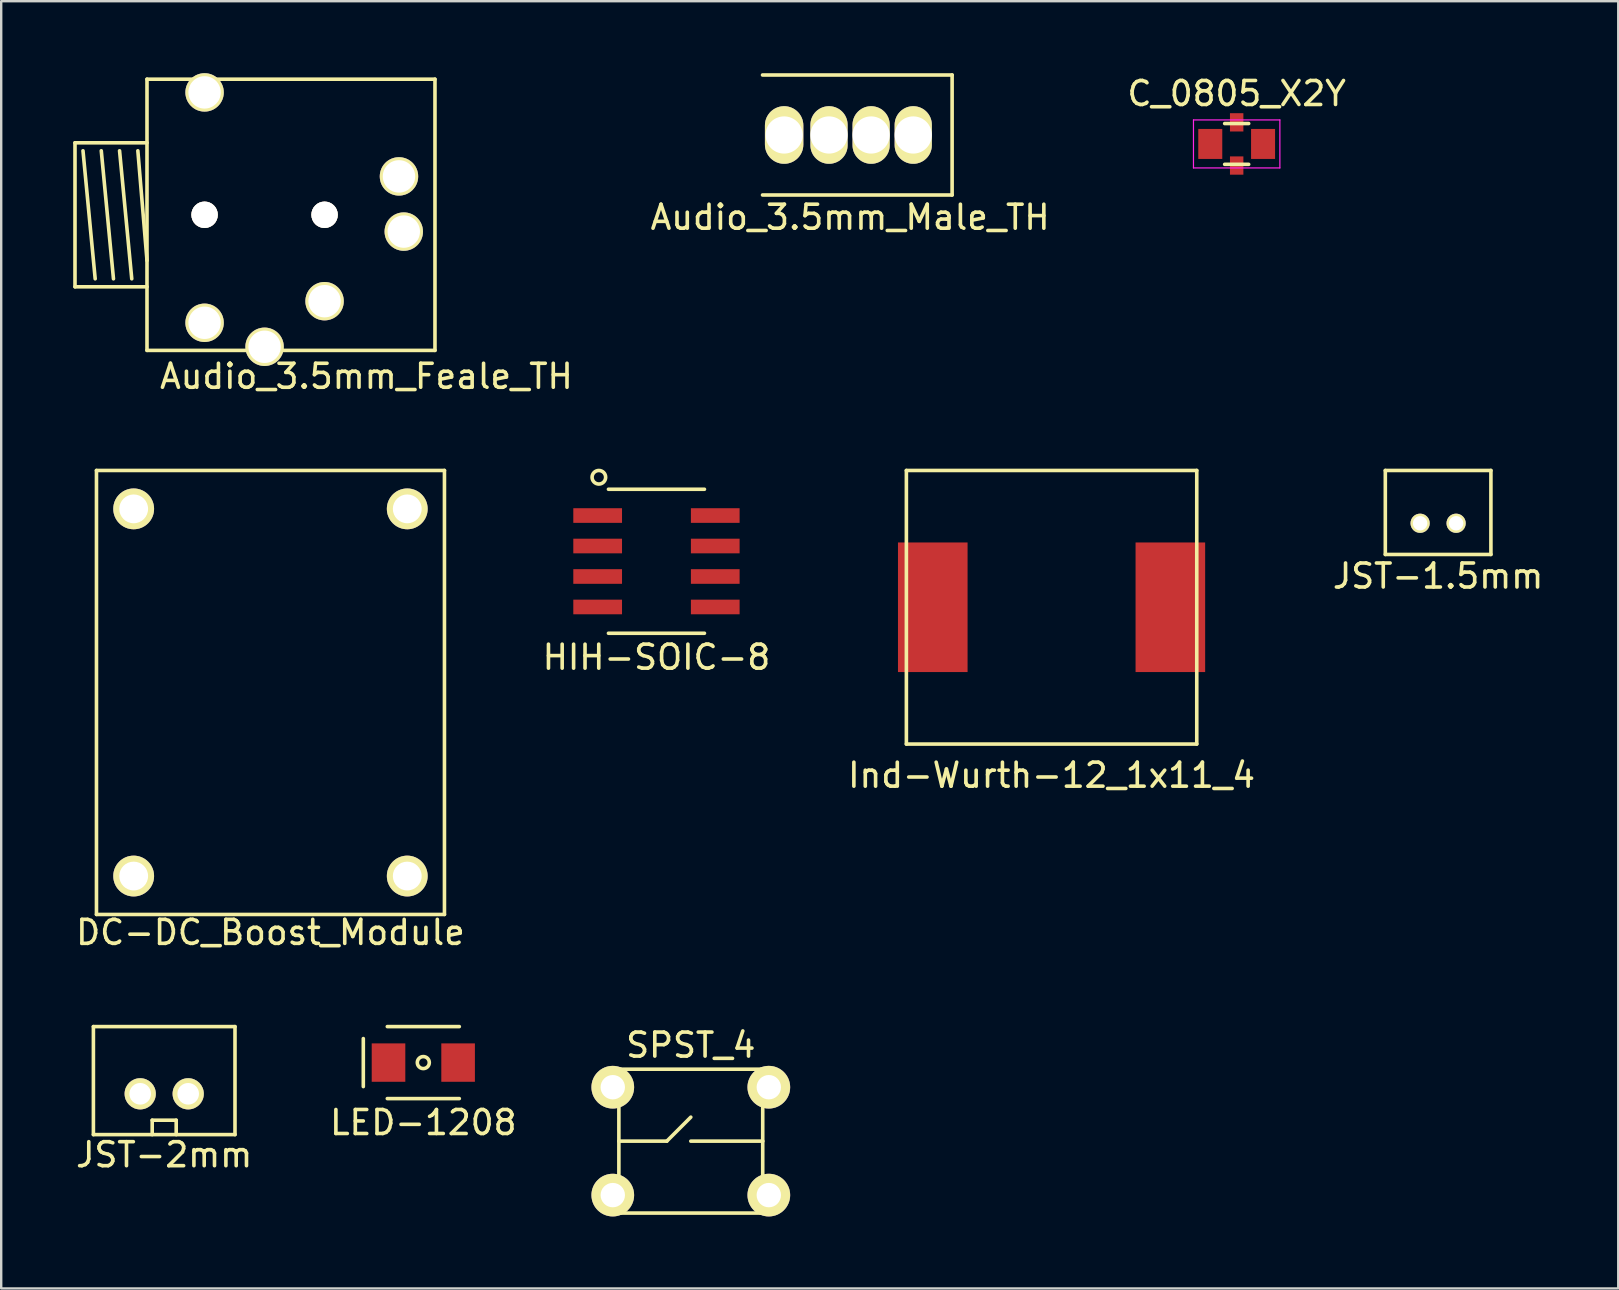
<source format=kicad_pcb>
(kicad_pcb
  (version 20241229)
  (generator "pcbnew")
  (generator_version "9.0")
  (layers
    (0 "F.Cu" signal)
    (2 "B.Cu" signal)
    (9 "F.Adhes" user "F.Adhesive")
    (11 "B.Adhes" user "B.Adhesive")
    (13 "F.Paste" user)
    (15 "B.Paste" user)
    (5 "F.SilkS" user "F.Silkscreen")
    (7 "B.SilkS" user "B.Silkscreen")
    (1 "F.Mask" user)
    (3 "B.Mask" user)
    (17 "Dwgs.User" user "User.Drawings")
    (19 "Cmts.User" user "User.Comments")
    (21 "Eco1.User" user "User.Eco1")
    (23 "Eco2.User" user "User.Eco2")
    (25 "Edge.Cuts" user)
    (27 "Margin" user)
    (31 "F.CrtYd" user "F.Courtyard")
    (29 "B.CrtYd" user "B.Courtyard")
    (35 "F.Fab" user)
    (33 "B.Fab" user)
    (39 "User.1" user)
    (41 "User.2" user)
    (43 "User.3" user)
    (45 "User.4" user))
  (footprint "SPST_4"
    (layer "F.Cu")
    (at 25.735 44.501)
    (property "Reference" "SPST_4" (at 0 -4 0) (layer "F.SilkS") (effects (font (size 1 1) (thickness 0.15))))
    (attr through_hole)
    (fp_line (start -3 0) (end -1 0) (stroke (width 0.15) (type solid)) (layer "F.SilkS"))
    (fp_line (start -2.997 -2.997) (end -2.997 2.997) (stroke (width 0.15) (type solid)) (layer "F.SilkS"))
    (fp_line (start -2.997 -2.997) (end 2.997 -2.997) (stroke (width 0.15) (type solid)) (layer "F.SilkS"))
    (fp_line (start -2.997 2.997) (end 2.997 2.997) (stroke (width 0.15) (type solid)) (layer "F.SilkS"))
    (fp_line (start -1 0) (end 0 -1) (stroke (width 0.15) (type solid)) (layer "F.SilkS"))
    (fp_line (start 0 0) (end 3 0) (stroke (width 0.15) (type solid)) (layer "F.SilkS"))
    (fp_line (start 2.997 -2.997) (end 2.997 2.997) (stroke (width 0.15) (type solid)) (layer "F.SilkS"))
    (pad "1" thru_hole circle (at -3.251 -2.248) (size 1.778 1.778) (drill 1.016) (layers "*.Cu" "*.Mask" "F.SilkS"))
    (pad "2" thru_hole circle (at -3.251 2.248) (size 1.778 1.778) (drill 1.016) (layers "*.Cu" "*.Mask" "F.SilkS"))
    (pad "3" thru_hole circle (at 3.251 -2.248) (size 1.778 1.778) (drill 1.016) (layers "*.Cu" "*.Mask" "F.SilkS"))
    (pad "4" thru_hole circle (at 3.251 2.248) (size 1.778 1.778) (drill 1.016) (layers "*.Cu" "*.Mask" "F.SilkS")))
  (footprint "HIH-SOIC-8"
    (layer "F.Cu")
    (at 24.304 20.337)
    (property "Reference" "HIH-SOIC-8" (at 0 4 0) (layer "F.SilkS") (effects (font (size 1 1) (thickness 0.15))))
    (attr through_hole)
    (fp_line (start -2 -3) (end 2 -3) (stroke (width 0.15) (type solid)) (layer "F.SilkS"))
    (fp_line (start -2 3) (end 2 3) (stroke (width 0.15) (type solid)) (layer "F.SilkS"))
    (fp_circle (center -2.4 -3.5) (end -2.2 -3.3) (stroke (width 0.15) (type solid)) (fill no) (layer "F.SilkS"))
    (pad "1" smd rect (at -2.45 -1.905) (size 2.03 0.61) (layers "F.Cu" "F.Mask" "F.Paste"))
    (pad "2" smd rect (at -2.45 -0.635) (size 2.03 0.61) (layers "F.Cu" "F.Mask" "F.Paste"))
    (pad "3" smd rect (at -2.45 0.635) (size 2.03 0.61) (layers "F.Cu" "F.Mask" "F.Paste"))
    (pad "4" smd rect (at -2.45 1.905) (size 2.03 0.61) (layers "F.Cu" "F.Mask" "F.Paste"))
    (pad "5" smd rect (at 2.45 1.905) (size 2.03 0.61) (layers "F.Cu" "F.Mask" "F.Paste"))
    (pad "6" smd rect (at 2.45 0.635) (size 2.03 0.61) (layers "F.Cu" "F.Mask" "F.Paste"))
    (pad "7" smd rect (at 2.45 -0.635) (size 2.03 0.61) (layers "F.Cu" "F.Mask" "F.Paste"))
    (pad "8" smd rect (at 2.45 -1.905) (size 2.03 0.61) (layers "F.Cu" "F.Mask" "F.Paste")))
  (footprint "JST-1.5mm"
    (layer "F.Cu")
    (at 56.875 18.754)
    (property "Reference" "JST-1.5mm" (at 0 2.2 0) (layer "F.SilkS") (effects (font (size 1 1) (thickness 0.15))))
    (attr through_hole)
    (fp_line (start -2.2 -2.2) (end 2.2 -2.2) (stroke (width 0.15) (type solid)) (layer "F.SilkS"))
    (fp_line (start -2.2 1.3) (end -2.2 -2.2) (stroke (width 0.15) (type solid)) (layer "F.SilkS"))
    (fp_line (start -2.2 1.3) (end 2.2 1.3) (stroke (width 0.15) (type solid)) (layer "F.SilkS"))
    (fp_line (start 2.2 1.3) (end 2.2 -2.2) (stroke (width 0.15) (type solid)) (layer "F.SilkS"))
    (pad "1" thru_hole circle (at -0.75 0) (size 0.8 0.8) (drill 0.6) (layers "*.Cu" "*.Mask" "F.SilkS"))
    (pad "2" thru_hole circle (at 0.75 0) (size 0.8 0.8) (drill 0.6) (layers "*.Cu" "*.Mask" "F.SilkS")))
  (footprint "Ind-Wurth-12_1x11_4"
    (layer "F.Cu")
    (at 40.768 22.254)
    (property "Reference" "Ind-Wurth-12_1x11_4" (at 0 7 0) (layer "F.SilkS") (effects (font (size 1 1) (thickness 0.15))))
    (attr through_hole)
    (fp_line (start -6.05 -5.7) (end 6.05 -5.7) (stroke (width 0.15) (type solid)) (layer "F.SilkS"))
    (fp_line (start -6.05 5.7) (end -6.05 -5.7) (stroke (width 0.15) (type solid)) (layer "F.SilkS"))
    (fp_line (start -6.05 5.7) (end 6.05 5.7) (stroke (width 0.15) (type solid)) (layer "F.SilkS"))
    (fp_line (start 6.05 5.7) (end 6.05 -5.7) (stroke (width 0.15) (type solid)) (layer "F.SilkS"))
    (pad "1" smd rect (at -4.95 0) (size 2.9 5.4) (layers "F.Cu" "F.Mask" "F.Paste"))
    (pad "2" smd rect (at 4.95 0) (size 2.9 5.4) (layers "F.Cu" "F.Mask" "F.Paste")))
  (footprint "DC-DC_Boost_Module"
    (layer "F.Cu")
    (at 8.22 25.804)
    (property "Reference" "DC-DC_Boost_Module" (at 0 10 0) (layer "F.SilkS") (effects (font (size 1 1) (thickness 0.15))))
    (attr through_hole)
    (fp_line (start -7.25 -9.25) (end -7.25 9.25) (stroke (width 0.15) (type solid)) (layer "F.SilkS"))
    (fp_line (start -7.25 -9.25) (end 7.25 -9.25) (stroke (width 0.15) (type solid)) (layer "F.SilkS"))
    (fp_line (start -7.25 9.25) (end 7.25 9.25) (stroke (width 0.15) (type solid)) (layer "F.SilkS"))
    (fp_line (start 7.25 9.25) (end 7.25 -9.25) (stroke (width 0.15) (type solid)) (layer "F.SilkS"))
    (pad "1" thru_hole circle (at -5.7 -7.65) (size 1.7 1.7) (drill 1.2) (layers "*.Cu" "*.Mask" "F.SilkS"))
    (pad "2" thru_hole circle (at -5.7 7.65) (size 1.7 1.7) (drill 1.2) (layers "*.Cu" "*.Mask" "F.SilkS"))
    (pad "3" thru_hole circle (at 5.7 7.65) (size 1.7 1.7) (drill 1.2) (layers "*.Cu" "*.Mask" "F.SilkS"))
    (pad "4" thru_hole circle (at 5.7 -7.65) (size 1.7 1.7) (drill 1.2) (layers "*.Cu" "*.Mask" "F.SilkS")))
  (footprint "Audio_3.5mm_Male_TH"
    (layer "F.Cu")
    (at 32.374 2.575)
    (property "Reference" "Audio_3.5mm_Male_TH" (at 0 3.429 0) (layer "F.SilkS") (effects (font (size 1 1) (thickness 0.15))))
    (attr through_hole)
    (fp_line (start -3.65 -2.5) (end 4.25 -2.5) (stroke (width 0.15) (type solid)) (layer "F.SilkS"))
    (fp_line (start -3.65 2.5) (end 4.25 2.5) (stroke (width 0.15) (type solid)) (layer "F.SilkS"))
    (fp_line (start 4.25 -2.5) (end 4.25 2.5) (stroke (width 0.15) (type solid)) (layer "F.SilkS"))
    (pad "1" thru_hole oval (at -2.75 0) (size 1.6 2.4) (drill 1.55) (layers "*.Cu" "*.Mask" "F.SilkS"))
    (pad "2" thru_hole oval (at -0.88 0) (size 1.55 2.4) (drill 1.55) (layers "*.Cu" "*.Mask" "F.SilkS"))
    (pad "3" thru_hole oval (at 0.875 0) (size 1.55 2.4) (drill 1.55) (layers "*.Cu" "*.Mask" "F.SilkS"))
    (pad "4" thru_hole oval (at 2.63 0) (size 1.55 2.4) (drill 1.55) (layers "*.Cu" "*.Mask" "F.SilkS")))
  (footprint "Audio_3.5mm_Feale_TH"
    (layer "F.Cu")
    (at 3.075 5.9)
    (property "Reference" "Audio_3.5mm_Feale_TH" (at 9.144 6.731 0) (layer "F.SilkS") (effects (font (size 1 1) (thickness 0.15))))
    (attr through_hole)
    (fp_line (start -3 -3) (end -3 3) (stroke (width 0.15) (type solid)) (layer "F.SilkS"))
    (fp_line (start -2.159 2.667) (end -2.667 -2.667) (stroke (width 0.15) (type solid)) (layer "F.SilkS"))
    (fp_line (start -1.905 -2.667) (end -1.397 2.667) (stroke (width 0.15) (type solid)) (layer "F.SilkS"))
    (fp_line (start -1.143 -2.667) (end -0.635 2.667) (stroke (width 0.15) (type solid)) (layer "F.SilkS"))
    (fp_line (start -0.381 -2.667) (end 0 1.905) (stroke (width 0.15) (type solid)) (layer "F.SilkS"))
    (fp_line (start 0 -5.65) (end 0 5.65) (stroke (width 0.15) (type solid)) (layer "F.SilkS"))
    (fp_line (start 0 -5.65) (end 12 -5.65) (stroke (width 0.15) (type solid)) (layer "F.SilkS"))
    (fp_line (start 0 -3) (end -3 -3) (stroke (width 0.15) (type solid)) (layer "F.SilkS"))
    (fp_line (start 0 3) (end -3 3) (stroke (width 0.15) (type solid)) (layer "F.SilkS"))
    (fp_line (start 12 -5.65) (end 12 5.65) (stroke (width 0.15) (type solid)) (layer "F.SilkS"))
    (fp_line (start 12 5.65) (end 0 5.65) (stroke (width 0.15) (type solid)) (layer "F.SilkS"))
    (pad "1" thru_hole circle (at 10.7 0.7) (size 1.6 1.6) (drill 1.35) (layers "*.Cu" "*.Mask" "F.SilkS"))
    (pad "2" thru_hole circle (at 7.4 3.6) (size 1.6 1.6) (drill 1.35) (layers "*.Cu" "*.Mask" "F.SilkS"))
    (pad "3" thru_hole circle (at 10.5 -1.6) (size 1.6 1.6) (drill 1.35) (layers "*.Cu" "*.Mask" "F.SilkS"))
    (pad "4" thru_hole circle (at 2.4 4.5) (size 1.6 1.6) (drill 1.35) (layers "*.Cu" "*.Mask" "F.SilkS"))
    (pad "~" thru_hole circle (at 2.4 -5.1) (size 1.6 1.6) (drill 1.35) (layers "*.Cu" "*.Mask" "F.SilkS"))
    (pad "~" thru_hole circle (at 2.4 0) (size 1.1 1.1) (drill 1.1) (layers "*.Cu" "*.Mask" "F.SilkS"))
    (pad "~" thru_hole circle (at 4.9 5.5) (size 1.6 1.6) (drill 1.35) (layers "*.Cu" "*.Mask" "F.SilkS"))
    (pad "~" thru_hole circle (at 7.4 0) (size 1.1 1.1) (drill 1.1) (layers "*.Cu" "*.Mask" "F.SilkS")))
  (footprint "C_0805_X2Y"
    (layer "F.Cu")
    (at 48.481 2.948)
    (property "Reference" "C_0805_X2Y" (at 0 -2.1 0) (layer "F.SilkS") (effects (font (size 1 1) (thickness 0.15))))
    (attr smd)
    (fp_line (start -0.5 0.85) (end 0.5 0.85) (stroke (width 0.15) (type solid)) (layer "F.SilkS"))
    (fp_line (start 0.5 -0.85) (end -0.5 -0.85) (stroke (width 0.15) (type solid)) (layer "F.SilkS"))
    (fp_line (start -1.8 -1) (end -1.8 1) (stroke (width 0.05) (type solid)) (layer "F.CrtYd"))
    (fp_line (start -1.8 -1) (end 1.8 -1) (stroke (width 0.05) (type solid)) (layer "F.CrtYd"))
    (fp_line (start -1.8 1) (end 1.8 1) (stroke (width 0.05) (type solid)) (layer "F.CrtYd"))
    (fp_line (start 1.8 -1) (end 1.8 1) (stroke (width 0.05) (type solid)) (layer "F.CrtYd"))
    (pad "1" smd rect (at -1.1 0) (size 1 1.25) (layers "F.Cu" "F.Mask" "F.Paste"))
    (pad "2" smd rect (at 1.1 0) (size 1 1.25) (layers "F.Cu" "F.Mask" "F.Paste"))
    (pad "3" smd rect (at 0 -0.9) (size 0.559 0.762) (layers "F.Cu" "F.Mask" "F.Paste"))
    (pad "4" smd rect (at 0 0.9) (size 0.559 0.762) (layers "F.Cu" "F.Mask" "F.Paste")))
  (footprint "LED-1208"
    (layer "F.Cu")
    (at 14.589 41.227)
    (property "Reference" "LED-1208" (at 0 2.5 0) (layer "F.SilkS") (effects (font (size 1 1) (thickness 0.15))))
    (attr through_hole)
    (fp_line (start -2.5 -1) (end -2.5 1) (stroke (width 0.15) (type solid)) (layer "F.SilkS"))
    (fp_line (start -1.5 -1.5) (end 1.5 -1.5) (stroke (width 0.15) (type solid)) (layer "F.SilkS"))
    (fp_line (start -1.5 1.5) (end 1.5 1.5) (stroke (width 0.15) (type solid)) (layer "F.SilkS"))
    (fp_circle (center 0 0) (end 0.25 0) (stroke (width 0.15) (type solid)) (fill no) (layer "F.SilkS"))
    (pad "1" smd rect (at -1.45 0) (size 1.4 1.6) (layers "F.Cu" "F.Mask" "F.Paste"))
    (pad "2" smd rect (at 1.45 0) (size 1.4 1.6) (layers "F.Cu" "F.Mask" "F.Paste")))
  (footprint "JST-2mm"
    (layer "F.Cu")
    (at 3.792 42.528)
    (property "Reference" "JST-2mm" (at 0 2.54 0) (layer "F.SilkS") (effects (font (size 1 1) (thickness 0.15))))
    (attr through_hole)
    (fp_line (start -2.95 -2.8) (end -2.95 1.7) (stroke (width 0.15) (type solid)) (layer "F.SilkS"))
    (fp_line (start -2.95 -2.8) (end 2.95 -2.8) (stroke (width 0.15) (type solid)) (layer "F.SilkS"))
    (fp_line (start -2.95 1.7) (end 2.95 1.7) (stroke (width 0.15) (type solid)) (layer "F.SilkS"))
    (fp_line (start -0.5 1.1) (end 0.5 1.1) (stroke (width 0.15) (type solid)) (layer "F.SilkS"))
    (fp_line (start -0.5 1.7) (end -0.5 1.1) (stroke (width 0.15) (type solid)) (layer "F.SilkS"))
    (fp_line (start 0.5 1.1) (end 0.5 1.7) (stroke (width 0.15) (type solid)) (layer "F.SilkS"))
    (fp_line (start 2.95 -2.8) (end 2.95 1.7) (stroke (width 0.15) (type solid)) (layer "F.SilkS"))
    (pad "1" thru_hole circle (at -1 0) (size 1.3 1.3) (drill 0.9) (layers "*.Cu" "*.Mask" "F.SilkS"))
    (pad "2" thru_hole circle (at 1 0) (size 1.3 1.3) (drill 0.9) (layers "*.Cu" "*.Mask" "F.SilkS")))
  (gr_rect
    (start -3 -3)
    (end 64.381 50.638)
    (stroke (width 0.1) (type default))
    (fill no)
    (layer "Edge.Cuts")))
</source>
